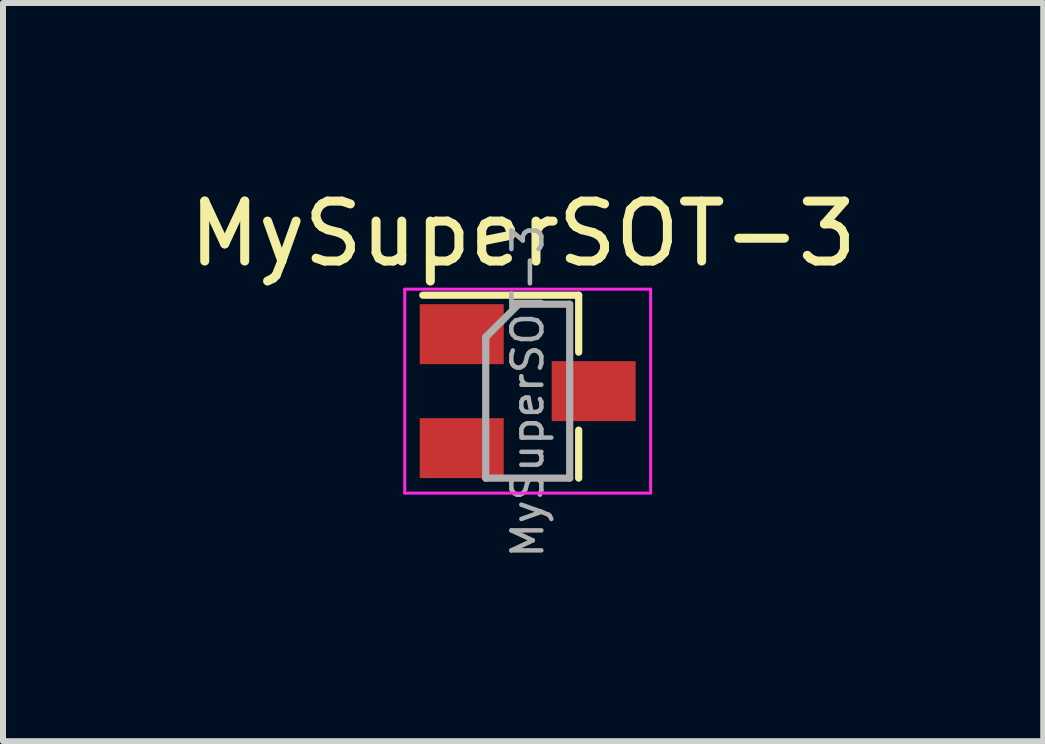
<source format=kicad_pcb>
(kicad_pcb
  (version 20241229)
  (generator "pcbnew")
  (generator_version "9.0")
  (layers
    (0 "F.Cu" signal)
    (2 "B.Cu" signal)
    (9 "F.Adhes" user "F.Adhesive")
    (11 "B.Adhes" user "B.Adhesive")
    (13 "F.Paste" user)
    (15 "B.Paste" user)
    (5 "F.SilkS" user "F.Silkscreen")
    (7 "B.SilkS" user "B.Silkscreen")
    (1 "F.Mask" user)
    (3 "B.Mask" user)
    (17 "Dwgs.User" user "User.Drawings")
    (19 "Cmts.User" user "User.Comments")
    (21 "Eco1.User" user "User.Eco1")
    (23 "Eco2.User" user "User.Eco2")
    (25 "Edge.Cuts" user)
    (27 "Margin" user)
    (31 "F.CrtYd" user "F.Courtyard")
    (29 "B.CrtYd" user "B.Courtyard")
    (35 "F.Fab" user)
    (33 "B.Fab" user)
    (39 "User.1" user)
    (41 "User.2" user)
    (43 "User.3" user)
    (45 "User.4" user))
  (footprint "MySuperSOT-3"
    (layer "F.Cu")
    (at 5.673 0.348)
    (property "Reference" "MySuperSOT-3" (at 0 0.5 0) (layer "F.SilkS") (effects (font (size 1 1) (thickness 0.15))))
    (attr through_hole)
    (fp_line (start -1.674 1.524) (end 0.926 1.524) (stroke (width 0.12) (type solid)) (layer "F.SilkS"))
    (fp_line (start 0.926 1.524) (end 0.926 2.474) (stroke (width 0.12) (type solid)) (layer "F.SilkS"))
    (fp_line (start 0.926 3.774) (end 0.926 4.574) (stroke (width 0.12) (type solid)) (layer "F.SilkS"))
    (fp_line (start -1.974 1.424) (end -1.974 4.824) (stroke (width 0.05) (type solid)) (layer "F.CrtYd"))
    (fp_line (start -1.974 1.424) (end 2.126 1.424) (stroke (width 0.05) (type solid)) (layer "F.CrtYd"))
    (fp_line (start 2.126 4.824) (end -1.974 4.824) (stroke (width 0.05) (type solid)) (layer "F.CrtYd"))
    (fp_line (start 2.126 4.824) (end 2.126 1.424) (stroke (width 0.05) (type solid)) (layer "F.CrtYd"))
    (fp_line (start -0.624 2.224) (end -0.074 1.674) (stroke (width 0.12) (type solid)) (layer "F.Fab"))
    (fp_line (start -0.624 4.574) (end -0.624 2.224) (stroke (width 0.12) (type solid)) (layer "F.Fab"))
    (fp_line (start -0.074 1.674) (end 0.776 1.674) (stroke (width 0.12) (type solid)) (layer "F.Fab"))
    (fp_line (start 0.776 1.674) (end 0.776 4.574) (stroke (width 0.12) (type solid)) (layer "F.Fab"))
    (fp_line (start 0.776 4.574) (end -0.624 4.574) (stroke (width 0.12) (type solid)) (layer "F.Fab"))
    (fp_text user "${REFERENCE}" (at 0.076 3.124 90) (layer "F.Fab") (effects (font (size 0.5 0.5) (thickness 0.075))))
    (pad "1" smd rect (at 1.176 3.124) (size 1.4 1) (layers "F.Cu" "F.Mask" "F.Paste"))
    (pad "2" smd rect (at -1.024 2.174) (size 1.4 1) (layers "F.Cu" "F.Mask" "F.Paste"))
    (pad "3" smd rect (at -1.024 4.074) (size 1.4 1) (layers "F.Cu" "F.Mask" "F.Paste")))
  (gr_rect
    (start -3 -3)
    (end 14.345 9.309)
    (stroke (width 0.1) (type default))
    (fill no)
    (layer "Edge.Cuts")))
</source>
